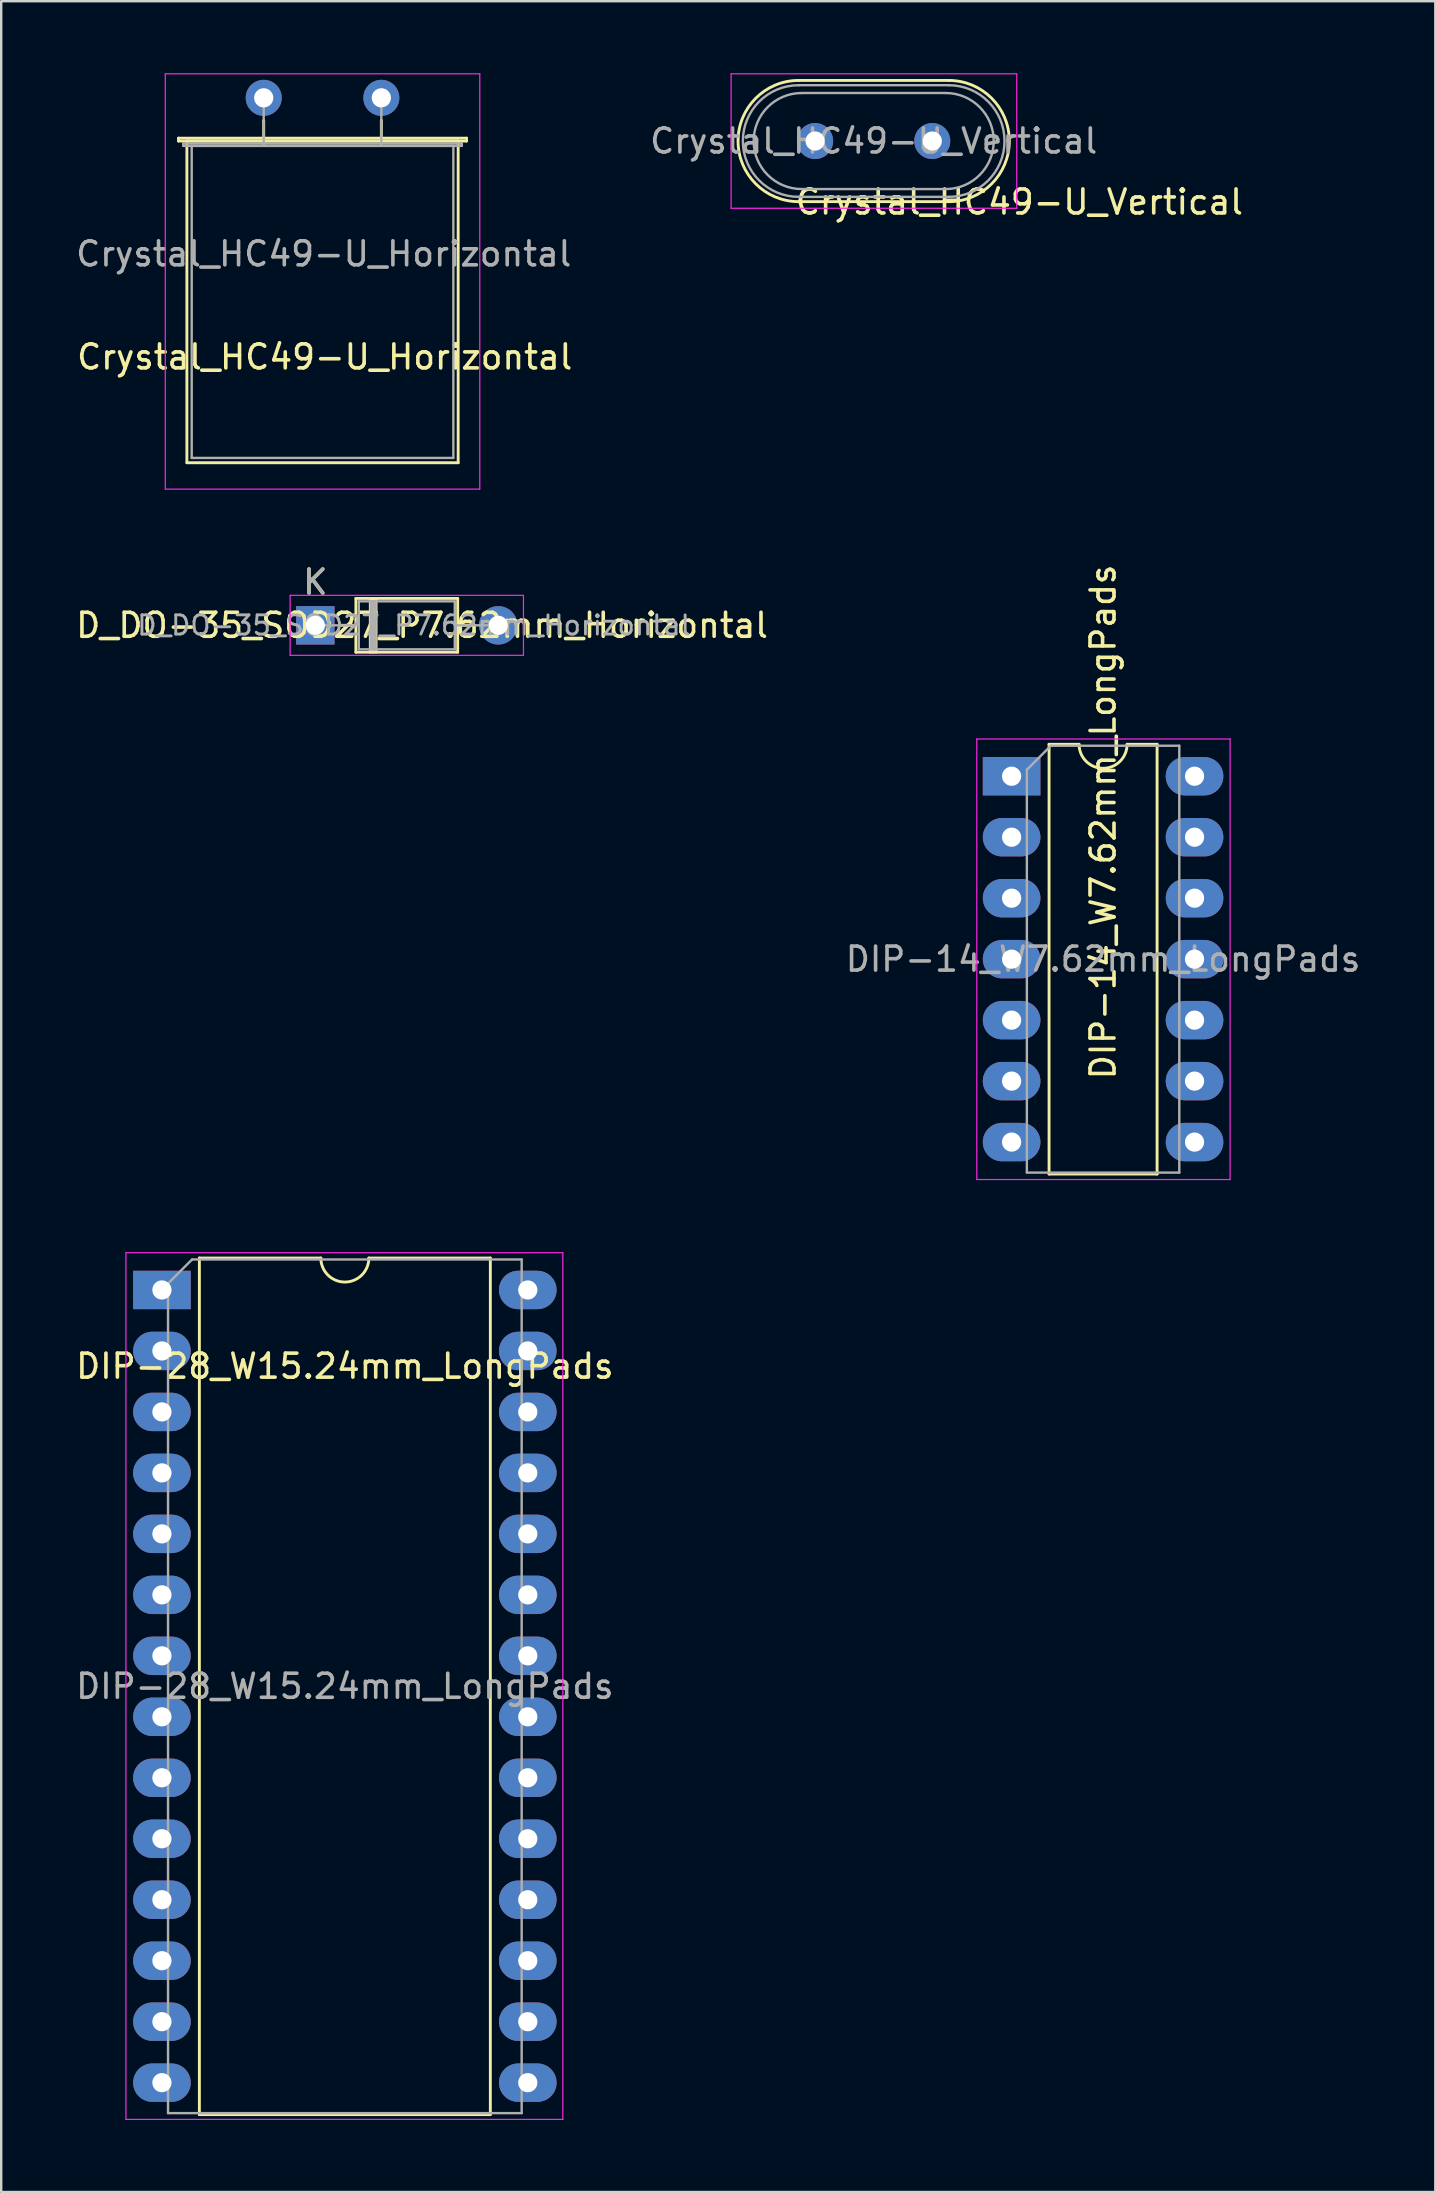
<source format=kicad_pcb>
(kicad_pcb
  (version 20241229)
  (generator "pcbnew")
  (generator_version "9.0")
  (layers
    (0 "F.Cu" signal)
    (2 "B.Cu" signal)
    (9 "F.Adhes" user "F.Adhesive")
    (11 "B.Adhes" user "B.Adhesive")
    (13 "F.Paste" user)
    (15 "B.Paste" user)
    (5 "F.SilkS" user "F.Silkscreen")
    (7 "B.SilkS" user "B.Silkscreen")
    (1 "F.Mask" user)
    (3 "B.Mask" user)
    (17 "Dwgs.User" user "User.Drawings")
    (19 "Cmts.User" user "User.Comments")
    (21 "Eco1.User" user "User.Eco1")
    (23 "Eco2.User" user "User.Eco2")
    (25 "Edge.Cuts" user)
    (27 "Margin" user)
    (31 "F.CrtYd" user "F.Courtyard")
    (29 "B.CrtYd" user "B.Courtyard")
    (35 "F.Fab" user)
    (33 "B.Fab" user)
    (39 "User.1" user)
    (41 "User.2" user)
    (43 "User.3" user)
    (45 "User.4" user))
  (footprint "Crystal_HC49-U_Horizontal"
    (layer "F.Cu")
    (at 7.935 1.025)
    (property "Reference" "Crystal_HC49-U_Horizontal" (at 2.54 10.795 180) (layer "F.SilkS") (effects (font (size 1 1) (thickness 0.15))))
    (attr through_hole)
    (fp_line (start -3.55 1.68) (end 8.45 1.68) (stroke (width 0.12) (type solid)) (layer "F.SilkS"))
    (fp_line (start -3.55 1.8) (end -3.55 1.68) (stroke (width 0.12) (type solid)) (layer "F.SilkS"))
    (fp_line (start -3.2 1.8) (end -3.2 15.2) (stroke (width 0.12) (type solid)) (layer "F.SilkS"))
    (fp_line (start -3.2 15.2) (end 8.1 15.2) (stroke (width 0.12) (type solid)) (layer "F.SilkS"))
    (fp_line (start 0 0.95) (end 0 0.95) (stroke (width 0.12) (type solid)) (layer "F.SilkS"))
    (fp_line (start 0 1.8) (end 0 0.95) (stroke (width 0.12) (type solid)) (layer "F.SilkS"))
    (fp_line (start 4.9 0.95) (end 4.9 0.95) (stroke (width 0.12) (type solid)) (layer "F.SilkS"))
    (fp_line (start 4.9 1.8) (end 4.9 0.95) (stroke (width 0.12) (type solid)) (layer "F.SilkS"))
    (fp_line (start 8.1 1.8) (end -3.2 1.8) (stroke (width 0.12) (type solid)) (layer "F.SilkS"))
    (fp_line (start 8.1 15.2) (end 8.1 1.8) (stroke (width 0.12) (type solid)) (layer "F.SilkS"))
    (fp_line (start 8.45 1.68) (end 8.45 1.8) (stroke (width 0.12) (type solid)) (layer "F.SilkS"))
    (fp_line (start 8.45 1.8) (end -3.55 1.8) (stroke (width 0.12) (type solid)) (layer "F.SilkS"))
    (fp_line (start -4.1 -1) (end -4.1 16.3) (stroke (width 0.05) (type solid)) (layer "F.CrtYd"))
    (fp_line (start -4.1 16.3) (end 9 16.3) (stroke (width 0.05) (type solid)) (layer "F.CrtYd"))
    (fp_line (start 9 -1) (end -4.1 -1) (stroke (width 0.05) (type solid)) (layer "F.CrtYd"))
    (fp_line (start 9 16.3) (end 9 -1) (stroke (width 0.05) (type solid)) (layer "F.CrtYd"))
    (fp_line (start -3.35 1.9) (end 8.25 1.9) (stroke (width 0.1) (type solid)) (layer "F.Fab"))
    (fp_line (start -3.35 2) (end -3.35 1.9) (stroke (width 0.1) (type solid)) (layer "F.Fab"))
    (fp_line (start -3 2) (end -3 15) (stroke (width 0.1) (type solid)) (layer "F.Fab"))
    (fp_line (start -3 15) (end 7.9 15) (stroke (width 0.1) (type solid)) (layer "F.Fab"))
    (fp_line (start 0 1) (end 0 0) (stroke (width 0.1) (type solid)) (layer "F.Fab"))
    (fp_line (start 0 2) (end 0 1) (stroke (width 0.1) (type solid)) (layer "F.Fab"))
    (fp_line (start 4.9 1) (end 4.9 0) (stroke (width 0.1) (type solid)) (layer "F.Fab"))
    (fp_line (start 4.9 2) (end 4.9 1) (stroke (width 0.1) (type solid)) (layer "F.Fab"))
    (fp_line (start 7.9 2) (end -3 2) (stroke (width 0.1) (type solid)) (layer "F.Fab"))
    (fp_line (start 7.9 15) (end 7.9 2) (stroke (width 0.1) (type solid)) (layer "F.Fab"))
    (fp_line (start 8.25 1.9) (end 8.25 2) (stroke (width 0.1) (type solid)) (layer "F.Fab"))
    (fp_line (start 8.25 2) (end -3.35 2) (stroke (width 0.1) (type solid)) (layer "F.Fab"))
    (fp_text user "${REFERENCE}" (at 2.5 6.5 180) (layer "F.Fab") (effects (font (size 1 1) (thickness 0.15))))
    (pad "1" thru_hole circle (at 0 0) (size 1.5 1.5) (drill 0.8) (layers "*.Cu" "*.Mask"))
    (pad "2" thru_hole circle (at 4.9 0) (size 1.5 1.5) (drill 0.8) (layers "*.Cu" "*.Mask")))
  (footprint "DIP-14_W7.62mm_LongPads"
    (placed yes)
    (layer "F.Cu")
    (at 39.089 29.284)
    (property "Reference" "DIP-14_W7.62mm_LongPads" (at 3.81 1.905 90) (layer "F.SilkS") (effects (font (size 1 1) (thickness 0.15))))
    (attr through_hole)
    (fp_line (start 1.56 -1.33) (end 1.56 16.57) (stroke (width 0.12) (type solid)) (layer "F.SilkS"))
    (fp_line (start 1.56 16.57) (end 6.06 16.57) (stroke (width 0.12) (type solid)) (layer "F.SilkS"))
    (fp_line (start 2.81 -1.33) (end 1.56 -1.33) (stroke (width 0.12) (type solid)) (layer "F.SilkS"))
    (fp_line (start 6.06 -1.33) (end 4.81 -1.33) (stroke (width 0.12) (type solid)) (layer "F.SilkS"))
    (fp_line (start 6.06 16.57) (end 6.06 -1.33) (stroke (width 0.12) (type solid)) (layer "F.SilkS"))
    (fp_arc (start 4.81 -1.33) (mid 3.81 -0.33) (end 2.81 -1.33) (stroke (width 0.12) (type solid)) (layer "F.SilkS"))
    (fp_line (start -1.45 -1.55) (end -1.45 16.8) (stroke (width 0.05) (type solid)) (layer "F.CrtYd"))
    (fp_line (start -1.45 16.8) (end 9.1 16.8) (stroke (width 0.05) (type solid)) (layer "F.CrtYd"))
    (fp_line (start 9.1 -1.55) (end -1.45 -1.55) (stroke (width 0.05) (type solid)) (layer "F.CrtYd"))
    (fp_line (start 9.1 16.8) (end 9.1 -1.55) (stroke (width 0.05) (type solid)) (layer "F.CrtYd"))
    (fp_line (start 0.635 -0.27) (end 1.635 -1.27) (stroke (width 0.1) (type solid)) (layer "F.Fab"))
    (fp_line (start 0.635 16.51) (end 0.635 -0.27) (stroke (width 0.1) (type solid)) (layer "F.Fab"))
    (fp_line (start 1.635 -1.27) (end 6.985 -1.27) (stroke (width 0.1) (type solid)) (layer "F.Fab"))
    (fp_line (start 6.985 -1.27) (end 6.985 16.51) (stroke (width 0.1) (type solid)) (layer "F.Fab"))
    (fp_line (start 6.985 16.51) (end 0.635 16.51) (stroke (width 0.1) (type solid)) (layer "F.Fab"))
    (fp_text user "${REFERENCE}" (at 3.81 7.62 0) (layer "F.Fab") (effects (font (size 1 1) (thickness 0.15))))
    (pad "1" thru_hole rect (at 0 0) (size 2.4 1.6) (drill 0.8) (layers "*.Cu" "*.Mask"))
    (pad "2" thru_hole oval (at 0 2.54) (size 2.4 1.6) (drill 0.8) (layers "*.Cu" "*.Mask"))
    (pad "3" thru_hole oval (at 0 5.08) (size 2.4 1.6) (drill 0.8) (layers "*.Cu" "*.Mask"))
    (pad "4" thru_hole oval (at 0 7.62) (size 2.4 1.6) (drill 0.8) (layers "*.Cu" "*.Mask"))
    (pad "5" thru_hole oval (at 0 10.16) (size 2.4 1.6) (drill 0.8) (layers "*.Cu" "*.Mask"))
    (pad "6" thru_hole oval (at 0 12.7) (size 2.4 1.6) (drill 0.8) (layers "*.Cu" "*.Mask"))
    (pad "7" thru_hole oval (at 0 15.24) (size 2.4 1.6) (drill 0.8) (layers "*.Cu" "*.Mask"))
    (pad "8" thru_hole oval (at 7.62 15.24) (size 2.4 1.6) (drill 0.8) (layers "*.Cu" "*.Mask"))
    (pad "9" thru_hole oval (at 7.62 12.7) (size 2.4 1.6) (drill 0.8) (layers "*.Cu" "*.Mask"))
    (pad "10" thru_hole oval (at 7.62 10.16) (size 2.4 1.6) (drill 0.8) (layers "*.Cu" "*.Mask"))
    (pad "11" thru_hole oval (at 7.62 7.62) (size 2.4 1.6) (drill 0.8) (layers "*.Cu" "*.Mask"))
    (pad "12" thru_hole oval (at 7.62 5.08) (size 2.4 1.6) (drill 0.8) (layers "*.Cu" "*.Mask"))
    (pad "13" thru_hole oval (at 7.62 2.54) (size 2.4 1.6) (drill 0.8) (layers "*.Cu" "*.Mask"))
    (pad "14" thru_hole oval (at 7.62 0) (size 2.4 1.6) (drill 0.8) (layers "*.Cu" "*.Mask")))
  (footprint "DIP-28_W15.24mm_LongPads"
    (layer "F.Cu")
    (at 3.695 50.684)
    (property "Reference" "DIP-28_W15.24mm_LongPads" (at 7.62 3.175 0) (layer "F.SilkS") (effects (font (size 1 1) (thickness 0.15))))
    (attr through_hole)
    (fp_line (start 1.56 -1.33) (end 1.56 34.35) (stroke (width 0.12) (type solid)) (layer "F.SilkS"))
    (fp_line (start 1.56 34.35) (end 13.68 34.35) (stroke (width 0.12) (type solid)) (layer "F.SilkS"))
    (fp_line (start 6.62 -1.33) (end 1.56 -1.33) (stroke (width 0.12) (type solid)) (layer "F.SilkS"))
    (fp_line (start 13.68 -1.33) (end 8.62 -1.33) (stroke (width 0.12) (type solid)) (layer "F.SilkS"))
    (fp_line (start 13.68 34.35) (end 13.68 -1.33) (stroke (width 0.12) (type solid)) (layer "F.SilkS"))
    (fp_arc (start 8.62 -1.33) (mid 7.62 -0.33) (end 6.62 -1.33) (stroke (width 0.12) (type solid)) (layer "F.SilkS"))
    (fp_line (start -1.5 -1.55) (end -1.5 34.55) (stroke (width 0.05) (type solid)) (layer "F.CrtYd"))
    (fp_line (start -1.5 34.55) (end 16.7 34.55) (stroke (width 0.05) (type solid)) (layer "F.CrtYd"))
    (fp_line (start 16.7 -1.55) (end -1.5 -1.55) (stroke (width 0.05) (type solid)) (layer "F.CrtYd"))
    (fp_line (start 16.7 34.55) (end 16.7 -1.55) (stroke (width 0.05) (type solid)) (layer "F.CrtYd"))
    (fp_line (start 0.255 -0.27) (end 1.255 -1.27) (stroke (width 0.1) (type solid)) (layer "F.Fab"))
    (fp_line (start 0.255 34.29) (end 0.255 -0.27) (stroke (width 0.1) (type solid)) (layer "F.Fab"))
    (fp_line (start 1.255 -1.27) (end 14.985 -1.27) (stroke (width 0.1) (type solid)) (layer "F.Fab"))
    (fp_line (start 14.985 -1.27) (end 14.985 34.29) (stroke (width 0.1) (type solid)) (layer "F.Fab"))
    (fp_line (start 14.985 34.29) (end 0.255 34.29) (stroke (width 0.1) (type solid)) (layer "F.Fab"))
    (fp_text user "${REFERENCE}" (at 7.62 16.51 0) (layer "F.Fab") (effects (font (size 1 1) (thickness 0.15))))
    (pad "1" thru_hole rect (at 0 0) (size 2.4 1.6) (drill 0.8) (layers "*.Cu" "*.Mask"))
    (pad "2" thru_hole oval (at 0 2.54) (size 2.4 1.6) (drill 0.8) (layers "*.Cu" "*.Mask"))
    (pad "3" thru_hole oval (at 0 5.08) (size 2.4 1.6) (drill 0.8) (layers "*.Cu" "*.Mask"))
    (pad "4" thru_hole oval (at 0 7.62) (size 2.4 1.6) (drill 0.8) (layers "*.Cu" "*.Mask"))
    (pad "5" thru_hole oval (at 0 10.16) (size 2.4 1.6) (drill 0.8) (layers "*.Cu" "*.Mask"))
    (pad "6" thru_hole oval (at 0 12.7) (size 2.4 1.6) (drill 0.8) (layers "*.Cu" "*.Mask"))
    (pad "7" thru_hole oval (at 0 15.24) (size 2.4 1.6) (drill 0.8) (layers "*.Cu" "*.Mask"))
    (pad "8" thru_hole oval (at 0 17.78) (size 2.4 1.6) (drill 0.8) (layers "*.Cu" "*.Mask"))
    (pad "9" thru_hole oval (at 0 20.32) (size 2.4 1.6) (drill 0.8) (layers "*.Cu" "*.Mask"))
    (pad "10" thru_hole oval (at 0 22.86) (size 2.4 1.6) (drill 0.8) (layers "*.Cu" "*.Mask"))
    (pad "11" thru_hole oval (at 0 25.4) (size 2.4 1.6) (drill 0.8) (layers "*.Cu" "*.Mask"))
    (pad "12" thru_hole oval (at 0 27.94) (size 2.4 1.6) (drill 0.8) (layers "*.Cu" "*.Mask"))
    (pad "13" thru_hole oval (at 0 30.48) (size 2.4 1.6) (drill 0.8) (layers "*.Cu" "*.Mask"))
    (pad "14" thru_hole oval (at 0 33.02) (size 2.4 1.6) (drill 0.8) (layers "*.Cu" "*.Mask"))
    (pad "15" thru_hole oval (at 15.24 33.02) (size 2.4 1.6) (drill 0.8) (layers "*.Cu" "*.Mask"))
    (pad "16" thru_hole oval (at 15.24 30.48) (size 2.4 1.6) (drill 0.8) (layers "*.Cu" "*.Mask"))
    (pad "17" thru_hole oval (at 15.24 27.94) (size 2.4 1.6) (drill 0.8) (layers "*.Cu" "*.Mask"))
    (pad "18" thru_hole oval (at 15.24 25.4) (size 2.4 1.6) (drill 0.8) (layers "*.Cu" "*.Mask"))
    (pad "19" thru_hole oval (at 15.24 22.86) (size 2.4 1.6) (drill 0.8) (layers "*.Cu" "*.Mask"))
    (pad "20" thru_hole oval (at 15.24 20.32) (size 2.4 1.6) (drill 0.8) (layers "*.Cu" "*.Mask"))
    (pad "21" thru_hole oval (at 15.24 17.78) (size 2.4 1.6) (drill 0.8) (layers "*.Cu" "*.Mask"))
    (pad "22" thru_hole oval (at 15.24 15.24) (size 2.4 1.6) (drill 0.8) (layers "*.Cu" "*.Mask"))
    (pad "23" thru_hole oval (at 15.24 12.7) (size 2.4 1.6) (drill 0.8) (layers "*.Cu" "*.Mask"))
    (pad "24" thru_hole oval (at 15.24 10.16) (size 2.4 1.6) (drill 0.8) (layers "*.Cu" "*.Mask"))
    (pad "25" thru_hole oval (at 15.24 7.62) (size 2.4 1.6) (drill 0.8) (layers "*.Cu" "*.Mask"))
    (pad "26" thru_hole oval (at 15.24 5.08) (size 2.4 1.6) (drill 0.8) (layers "*.Cu" "*.Mask"))
    (pad "27" thru_hole oval (at 15.24 2.54) (size 2.4 1.6) (drill 0.8) (layers "*.Cu" "*.Mask"))
    (pad "28" thru_hole oval (at 15.24 0) (size 2.4 1.6) (drill 0.8) (layers "*.Cu" "*.Mask")))
  (footprint "D_DO-35_SOD27_P7.62mm_Horizontal"
    (layer "F.Cu")
    (at 10.085 22.998)
    (property "Reference" "D_DO-35_SOD27_P7.62mm_Horizontal" (at 4.445 0 0) (layer "F.SilkS") (effects (font (size 1 1) (thickness 0.15))))
    (attr through_hole)
    (fp_line (start 1.04 0) (end 1.69 0) (stroke (width 0.12) (type solid)) (layer "F.SilkS"))
    (fp_line (start 1.69 -1.12) (end 1.69 1.12) (stroke (width 0.12) (type solid)) (layer "F.SilkS"))
    (fp_line (start 1.69 1.12) (end 5.93 1.12) (stroke (width 0.12) (type solid)) (layer "F.SilkS"))
    (fp_line (start 2.29 -1.12) (end 2.29 1.12) (stroke (width 0.12) (type solid)) (layer "F.SilkS"))
    (fp_line (start 2.41 -1.12) (end 2.41 1.12) (stroke (width 0.12) (type solid)) (layer "F.SilkS"))
    (fp_line (start 2.53 -1.12) (end 2.53 1.12) (stroke (width 0.12) (type solid)) (layer "F.SilkS"))
    (fp_line (start 5.93 -1.12) (end 1.69 -1.12) (stroke (width 0.12) (type solid)) (layer "F.SilkS"))
    (fp_line (start 5.93 1.12) (end 5.93 -1.12) (stroke (width 0.12) (type solid)) (layer "F.SilkS"))
    (fp_line (start 6.58 0) (end 5.93 0) (stroke (width 0.12) (type solid)) (layer "F.SilkS"))
    (fp_line (start -1.05 -1.25) (end -1.05 1.25) (stroke (width 0.05) (type solid)) (layer "F.CrtYd"))
    (fp_line (start -1.05 1.25) (end 8.67 1.25) (stroke (width 0.05) (type solid)) (layer "F.CrtYd"))
    (fp_line (start 8.67 -1.25) (end -1.05 -1.25) (stroke (width 0.05) (type solid)) (layer "F.CrtYd"))
    (fp_line (start 8.67 1.25) (end 8.67 -1.25) (stroke (width 0.05) (type solid)) (layer "F.CrtYd"))
    (fp_line (start 0 0) (end 1.81 0) (stroke (width 0.1) (type solid)) (layer "F.Fab"))
    (fp_line (start 1.81 -1) (end 1.81 1) (stroke (width 0.1) (type solid)) (layer "F.Fab"))
    (fp_line (start 1.81 1) (end 5.81 1) (stroke (width 0.1) (type solid)) (layer "F.Fab"))
    (fp_line (start 2.31 -1) (end 2.31 1) (stroke (width 0.1) (type solid)) (layer "F.Fab"))
    (fp_line (start 2.41 -1) (end 2.41 1) (stroke (width 0.1) (type solid)) (layer "F.Fab"))
    (fp_line (start 2.51 -1) (end 2.51 1) (stroke (width 0.1) (type solid)) (layer "F.Fab"))
    (fp_line (start 5.81 -1) (end 1.81 -1) (stroke (width 0.1) (type solid)) (layer "F.Fab"))
    (fp_line (start 5.81 1) (end 5.81 -1) (stroke (width 0.1) (type solid)) (layer "F.Fab"))
    (fp_line (start 7.62 0) (end 5.81 0) (stroke (width 0.1) (type solid)) (layer "F.Fab"))
    (fp_text user "K" (at 0 -1.8 0) (layer "F.SilkS") (effects (font (size 1 1) (thickness 0.15))))
    (fp_text user "${REFERENCE}" (at 4.11 0 0) (layer "F.Fab") (effects (font (size 0.8 0.8) (thickness 0.12))))
    (fp_text user "K" (at 0 -1.8 0) (layer "F.Fab") (effects (font (size 1 1) (thickness 0.15))))
    (pad "1" thru_hole rect (at 0 0) (size 1.6 1.6) (drill 0.8) (layers "*.Cu" "*.Mask"))
    (pad "2" thru_hole oval (at 7.62 0) (size 1.6 1.6) (drill 0.8) (layers "*.Cu" "*.Mask")))
  (footprint "Crystal_HC49-U_Vertical"
    (layer "F.Cu")
    (at 30.904 2.825)
    (property "Reference" "Crystal_HC49-U_Vertical" (at 8.509 2.54 0) (layer "F.SilkS") (effects (font (size 1 1) (thickness 0.15))))
    (attr through_hole)
    (fp_line (start -0.685 -2.525) (end 5.565 -2.525) (stroke (width 0.12) (type solid)) (layer "F.SilkS"))
    (fp_line (start -0.685 2.525) (end 5.565 2.525) (stroke (width 0.12) (type solid)) (layer "F.SilkS"))
    (fp_arc (start -0.685 2.525) (mid -3.21 0) (end -0.685 -2.525) (stroke (width 0.12) (type solid)) (layer "F.SilkS"))
    (fp_arc (start 5.565 -2.525) (mid 8.09 0) (end 5.565 2.525) (stroke (width 0.12) (type solid)) (layer "F.SilkS"))
    (fp_line (start -3.5 -2.8) (end -3.5 2.8) (stroke (width 0.05) (type solid)) (layer "F.CrtYd"))
    (fp_line (start -3.5 2.8) (end 8.4 2.8) (stroke (width 0.05) (type solid)) (layer "F.CrtYd"))
    (fp_line (start 8.4 -2.8) (end -3.5 -2.8) (stroke (width 0.05) (type solid)) (layer "F.CrtYd"))
    (fp_line (start 8.4 2.8) (end 8.4 -2.8) (stroke (width 0.05) (type solid)) (layer "F.CrtYd"))
    (fp_line (start -0.685 -2.325) (end 5.565 -2.325) (stroke (width 0.1) (type solid)) (layer "F.Fab"))
    (fp_line (start -0.685 2.325) (end 5.565 2.325) (stroke (width 0.1) (type solid)) (layer "F.Fab"))
    (fp_line (start -0.56 -2) (end 5.44 -2) (stroke (width 0.1) (type solid)) (layer "F.Fab"))
    (fp_line (start -0.56 2) (end 5.44 2) (stroke (width 0.1) (type solid)) (layer "F.Fab"))
    (fp_arc (start -0.685 2.325) (mid -3.01 0) (end -0.685 -2.325) (stroke (width 0.1) (type solid)) (layer "F.Fab"))
    (fp_arc (start -0.56 2) (mid -2.56 0) (end -0.56 -2) (stroke (width 0.1) (type solid)) (layer "F.Fab"))
    (fp_arc (start 5.44 -2) (mid 7.44 0) (end 5.44 2) (stroke (width 0.1) (type solid)) (layer "F.Fab"))
    (fp_arc (start 5.565 -2.325) (mid 7.89 0) (end 5.565 2.325) (stroke (width 0.1) (type solid)) (layer "F.Fab"))
    (fp_text user "${REFERENCE}" (at 2.44 0 0) (layer "F.Fab") (effects (font (size 1 1) (thickness 0.15))))
    (pad "1" thru_hole circle (at 0 0) (size 1.5 1.5) (drill 0.8) (layers "*.Cu" "*.Mask"))
    (pad "2" thru_hole circle (at 4.88 0) (size 1.5 1.5) (drill 0.8) (layers "*.Cu" "*.Mask")))
  (gr_rect
    (start -3 -3)
    (end 56.738 88.259)
    (stroke (width 0.1) (type default))
    (fill no)
    (layer "Edge.Cuts")))
</source>
